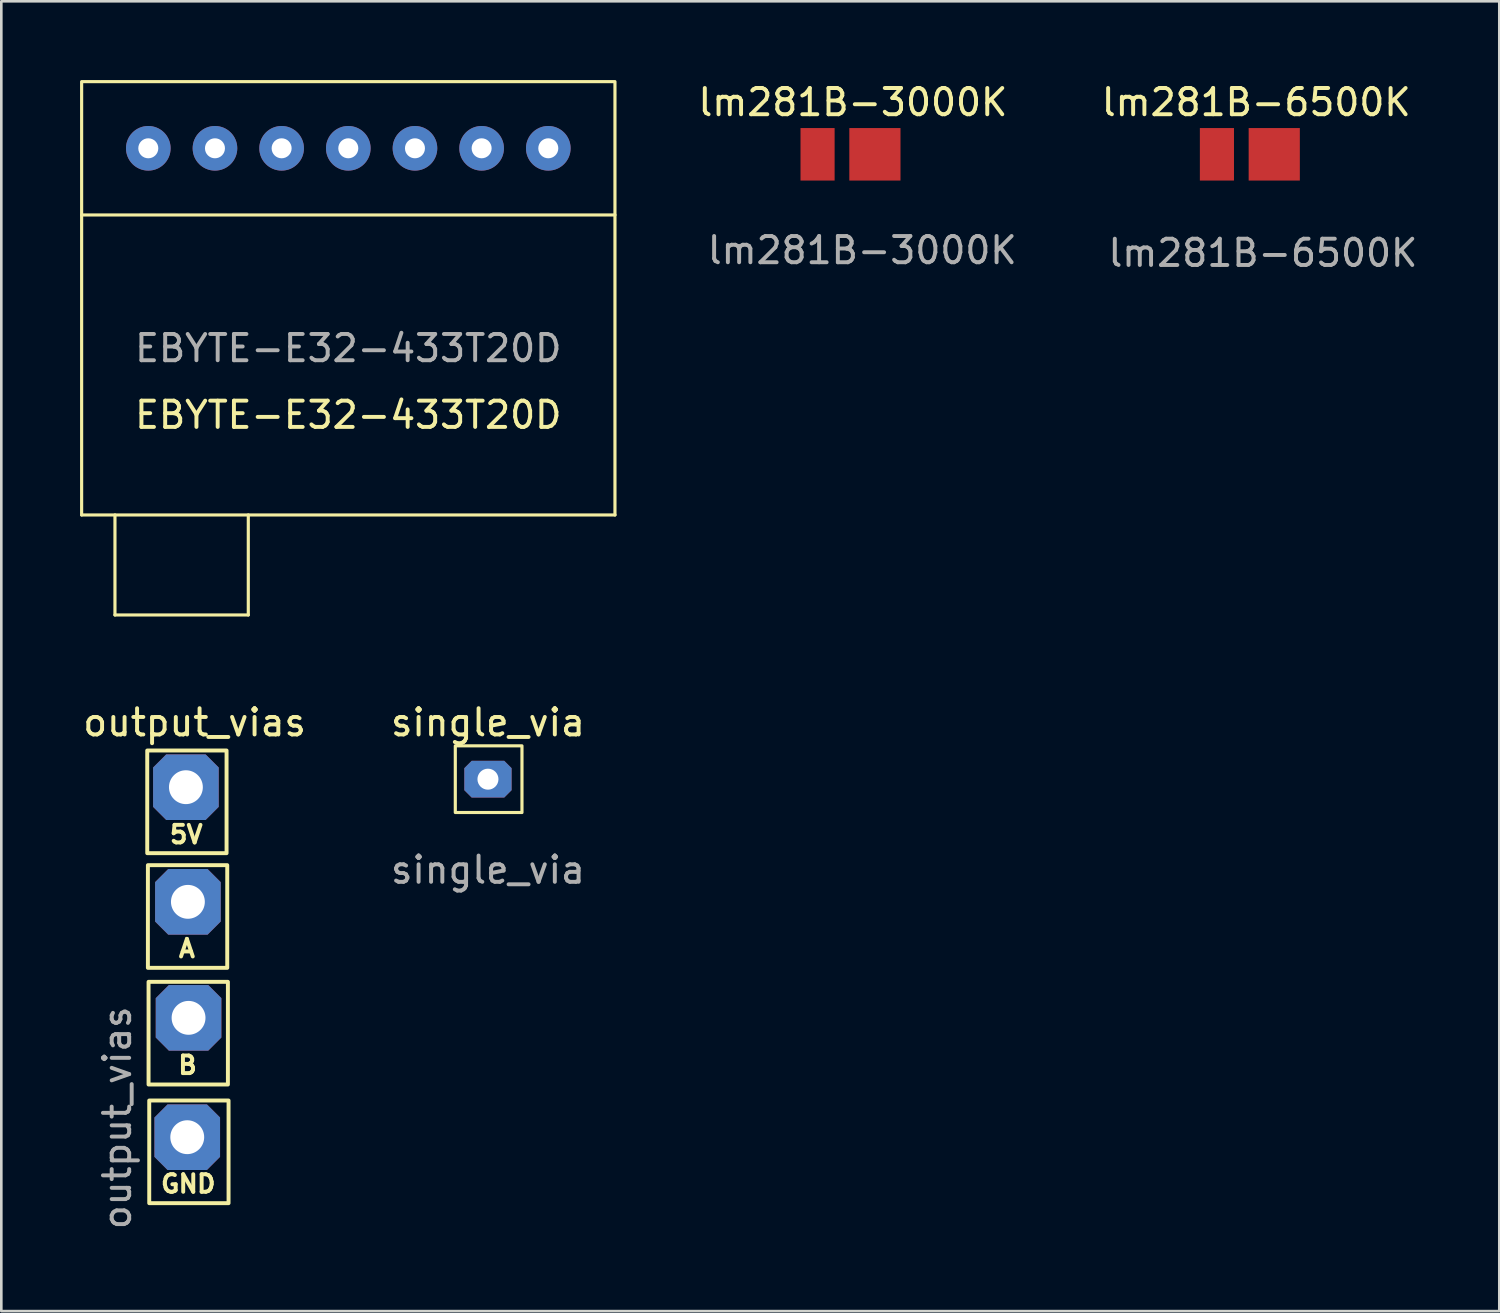
<source format=kicad_pcb>
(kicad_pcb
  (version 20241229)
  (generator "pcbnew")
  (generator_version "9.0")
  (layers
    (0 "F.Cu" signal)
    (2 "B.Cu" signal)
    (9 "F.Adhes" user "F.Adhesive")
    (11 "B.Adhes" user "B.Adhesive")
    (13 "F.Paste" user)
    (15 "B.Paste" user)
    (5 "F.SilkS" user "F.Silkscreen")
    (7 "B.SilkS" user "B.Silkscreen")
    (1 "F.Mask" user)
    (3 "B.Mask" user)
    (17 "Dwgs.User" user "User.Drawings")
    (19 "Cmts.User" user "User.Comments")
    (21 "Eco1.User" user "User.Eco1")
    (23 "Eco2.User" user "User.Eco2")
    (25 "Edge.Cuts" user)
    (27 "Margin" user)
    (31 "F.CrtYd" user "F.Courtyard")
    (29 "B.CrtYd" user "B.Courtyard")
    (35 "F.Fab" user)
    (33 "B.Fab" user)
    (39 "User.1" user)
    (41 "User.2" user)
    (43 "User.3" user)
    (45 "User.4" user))
  (footprint "EBYTE-E32-433T20D"
    (layer "F.Cu")
    (at 10.22 20.38)
    (property "Reference" "EBYTE-E32-433T20D" (at 0 -7.62 0) (unlocked yes) (layer "F.SilkS") (effects (font (size 1 1) (thickness 0.15))))
    (attr through_hole)
    (fp_line (start -10.16 -15.24) (end -10.16 -3.81) (stroke (width 0.12) (type solid)) (layer "F.SilkS"))
    (fp_line (start -10.16 -3.81) (end 10.16 -3.81) (stroke (width 0.12) (type solid)) (layer "F.SilkS"))
    (fp_line (start -8.89 0) (end -8.89 -3.81) (stroke (width 0.12) (type solid)) (layer "F.SilkS"))
    (fp_line (start -3.81 -3.81) (end -3.81 0) (stroke (width 0.12) (type solid)) (layer "F.SilkS"))
    (fp_line (start -3.81 0) (end -8.89 0) (stroke (width 0.12) (type solid)) (layer "F.SilkS"))
    (fp_line (start 10.16 -3.81) (end 10.16 -15.24) (stroke (width 0.12) (type solid)) (layer "F.SilkS"))
    (fp_rect (start -10.16 -20.32) (end 10.16 -15.24) (stroke (width 0.12) (type solid)) (fill no) (layer "F.SilkS"))
    (fp_text user "${REFERENCE}" (at 0 -10.16 0) (unlocked yes) (layer "F.Fab") (effects (font (size 1 1) (thickness 0.15))))
    (pad "1" thru_hole circle (at 7.62 -17.78) (size 1.7 1.7) (drill 0.762) (layers "*.Cu" "*.Mask"))
    (pad "2" thru_hole circle (at 5.08 -17.78) (size 1.7 1.7) (drill 0.762) (layers "*.Cu" "*.Mask"))
    (pad "3" thru_hole circle (at 2.54 -17.78) (size 1.7 1.7) (drill 0.762) (layers "*.Cu" "*.Mask"))
    (pad "4" thru_hole circle (at 0 -17.78) (size 1.7 1.7) (drill 0.762) (layers "*.Cu" "*.Mask"))
    (pad "5" thru_hole circle (at -2.54 -17.78) (size 1.7 1.7) (drill 0.762) (layers "*.Cu" "*.Mask"))
    (pad "6" thru_hole circle (at -5.08 -17.78) (size 1.7 1.7) (drill 0.762) (layers "*.Cu" "*.Mask"))
    (pad "7" thru_hole circle (at -7.62 -17.78) (size 1.7 1.7) (drill 0.762) (layers "*.Cu" "*.Mask")))
  (footprint "lm281B-6500K"
    (layer "F.Cu")
    (at 44.61 3.591)
    (property "Reference" "lm281B-6500K" (at 0.203 -2.743 0) (unlocked yes) (layer "F.SilkS") (effects (font (size 1 1) (thickness 0.15))))
    (attr smd)
    (fp_text user "${REFERENCE}" (at 0.457 2.999 0) (unlocked yes) (layer "F.Fab") (effects (font (size 1 1) (thickness 0.15))))
    (pad "1" smd rect (at 0.889 -0.762) (size 1.95 2) (layers "F.Cu" "F.Mask" "F.Paste"))
    (pad "2" smd rect (at -1.295 -0.762) (size 1.3 2) (layers "F.Cu" "F.Mask" "F.Paste")))
  (footprint "lm281B-3000K"
    (layer "F.Cu")
    (at 29.09 2.753)
    (property "Reference" "lm281B-3000K" (at 0.356 -1.905 0) (unlocked yes) (layer "F.SilkS") (effects (font (size 1 1) (thickness 0.15))))
    (attr smd)
    (fp_text user "${REFERENCE}" (at 0.711 3.734 0) (unlocked yes) (layer "F.Fab") (effects (font (size 1 1) (thickness 0.15))))
    (pad "1" smd rect (at 1.194 0.076) (size 1.95 2) (layers "F.Cu" "F.Mask" "F.Paste"))
    (pad "2" smd rect (at -0.991 0.076) (size 1.3 2) (layers "F.Cu" "F.Mask" "F.Paste")))
  (footprint "output_vias"
    (layer "F.Cu")
    (at 3.982 34.206)
    (property "Reference" "output_vias" (at 0.381 -9.728 0) (unlocked yes) (layer "F.SilkS") (effects (font (size 1 1) (thickness 0.15))))
    (attr through_hole)
    (fp_rect (start -1.422 -8.661) (end 1.6 -4.75) (stroke (width 0.15) (type solid)) (fill no) (layer "F.SilkS"))
    (fp_rect (start -1.397 -4.293) (end 1.626 -0.381) (stroke (width 0.15) (type solid)) (fill no) (layer "F.SilkS"))
    (fp_rect (start -1.372 0.152) (end 1.651 4.064) (stroke (width 0.15) (type solid)) (fill no) (layer "F.SilkS"))
    (fp_rect (start -1.346 4.674) (end 1.676 8.585) (stroke (width 0.15) (type solid)) (fill no) (layer "F.SilkS"))
    (fp_text user "B" (at 0.114 3.327 0) (layer "F.SilkS") (effects (font (size 0.67 0.67) (thickness 0.15))))
    (fp_text user "GND" (at 0.14 7.849 0) (layer "F.SilkS") (effects (font (size 0.67 0.67) (thickness 0.15))))
    (fp_text user "5V" (at 0.064 -5.461 0) (layer "F.SilkS") (effects (font (size 0.67 0.67) (thickness 0.15))))
    (fp_text user "A" (at 0.089 -1.118 0) (layer "F.SilkS") (effects (font (size 0.67 0.67) (thickness 0.15))))
    (fp_text user "${REFERENCE}" (at -2.565 5.334 90) (unlocked yes) (layer "F.Fab") (effects (font (size 1 1) (thickness 0.15))))
    (pad "1" thru_hole roundrect (at 0.102 6.071) (size 2.5 2.5) (drill 1.29) (layers "*.Cu" "*.Mask") (roundrect_rratio 0) (chamfer_ratio 0.2) (chamfer top_left top_right bottom_left bottom_right))
    (pad "2" thru_hole roundrect (at 0.152 1.524) (size 2.5 2.5) (drill 1.29) (layers "*.Cu" "*.Mask") (roundrect_rratio 0) (chamfer_ratio 0.2) (chamfer top_left top_right bottom_left bottom_right))
    (pad "3" thru_hole roundrect (at 0.127 -2.896) (size 2.5 2.5) (drill 1.29) (layers "*.Cu" "*.Mask") (roundrect_rratio 0) (chamfer_ratio 0.2) (chamfer top_left top_right bottom_left bottom_right))
    (pad "4" thru_hole roundrect (at 0.051 -7.264) (size 2.5 2.5) (drill 1.29) (layers "*.Cu" "*.Mask") (roundrect_rratio 0) (chamfer_ratio 0.2) (chamfer top_left top_right bottom_left bottom_right)))
  (footprint "single_via"
    (layer "F.Cu")
    (at 15.516 26.612)
    (property "Reference" "single_via" (at 0.025 -2.134 0) (unlocked yes) (layer "F.SilkS") (effects (font (size 1 1) (thickness 0.15))))
    (attr smd)
    (fp_rect (start -1.219 -1.245) (end 1.321 1.295) (stroke (width 0.12) (type solid)) (fill no) (layer "F.SilkS"))
    (fp_text user "${REFERENCE}" (at 0.025 3.48 0) (unlocked yes) (layer "F.Fab") (effects (font (size 1 1) (thickness 0.15))))
    (pad "1" thru_hole roundrect (at 0.025 0.025) (size 1.8 1.4) (drill 0.8) (layers "*.Cu" "*.Mask") (roundrect_rratio 0) (chamfer_ratio 0.2) (chamfer top_left top_right bottom_left bottom_right)))
  (gr_rect
    (start -3 -3)
    (end 54.073 46.904)
    (stroke (width 0.1) (type default))
    (fill no)
    (layer "Edge.Cuts")))
</source>
